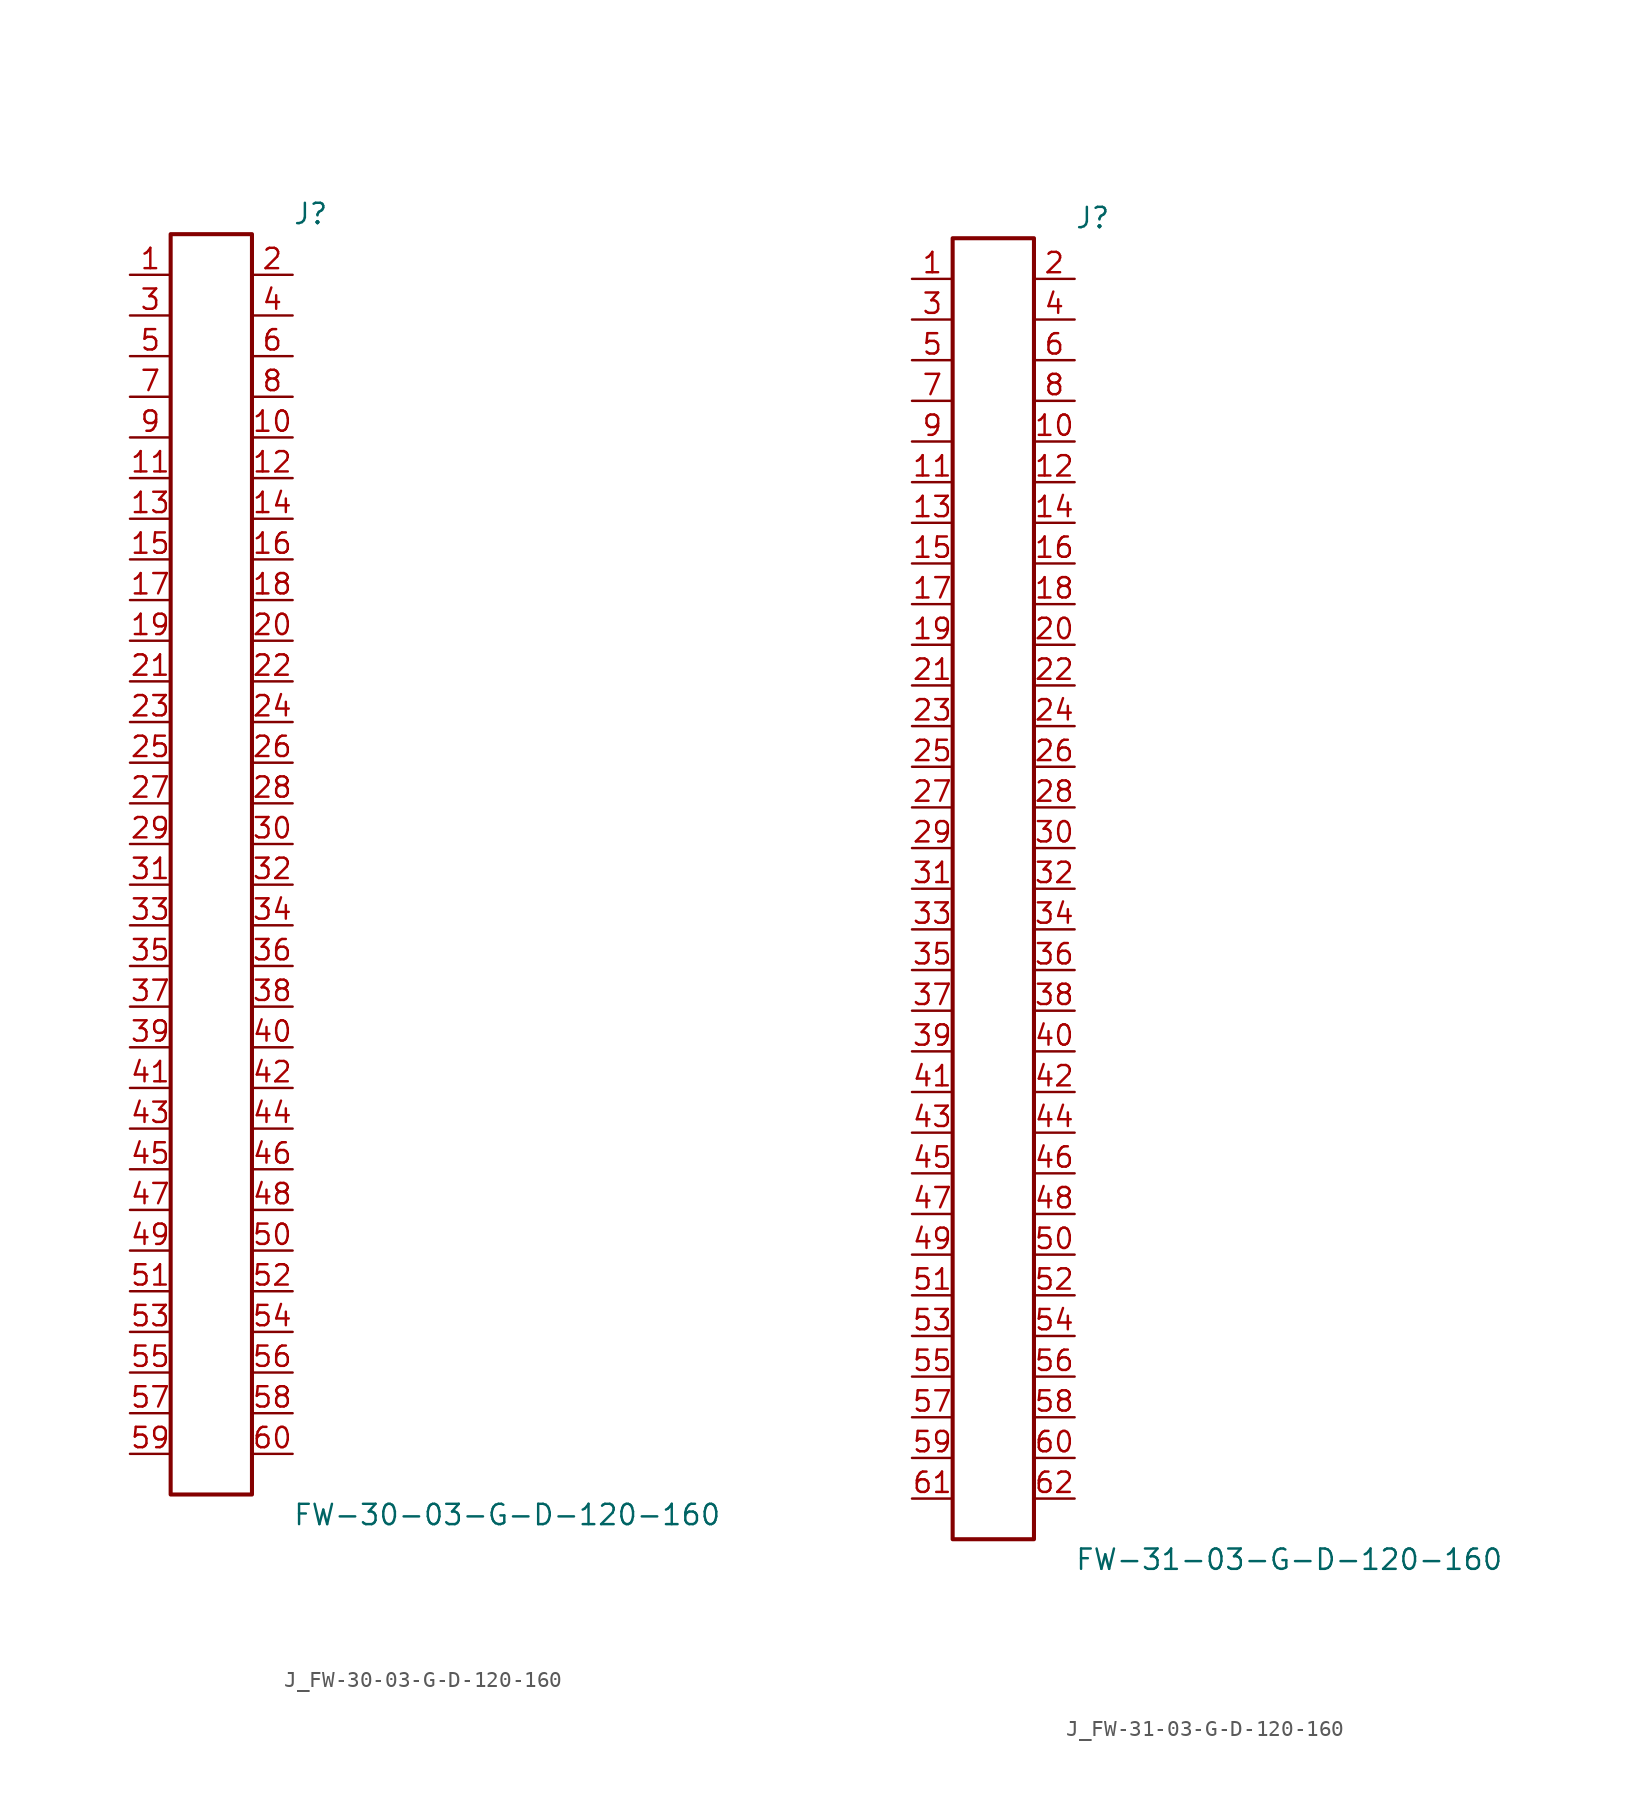
<source format=kicad_sym>
(kicad_symbol_lib
  (version 20231120)
  (generator kicad_symbol_editor)
  (generator_version 8.0)
  (symbol "J_FW-30-03-G-D-120-160"
    (pin_names
      (offset 0.254))
    (property "Reference" "J"
      (at 5.08 40.64 0)
      (effects (font (size 1.27 1.27)) (justify left)))
    (property "Value" "FW-30-03-G-D-120-160"
      (at 5.08 -40.64 0)
      (effects (font (size 1.27 1.27)) (justify left)))
    (symbol "J_FW-30-03-G-D-120-160_0_0"
      (pin passive line (at -5.08 36.83 0) (length 2.54) (name "" (effects (font (size 1.27 1.27)))) (number "1" (effects (font (size 1.27 1.27)))))
      (pin passive line (at 5.08 36.83 180) (length 2.54) (name "" (effects (font (size 1.27 1.27)))) (number "2" (effects (font (size 1.27 1.27)))))
      (pin passive line (at -5.08 34.29 0) (length 2.54) (name "" (effects (font (size 1.27 1.27)))) (number "3" (effects (font (size 1.27 1.27)))))
      (pin passive line (at 5.08 34.29 180) (length 2.54) (name "" (effects (font (size 1.27 1.27)))) (number "4" (effects (font (size 1.27 1.27)))))
      (pin passive line (at -5.08 31.75 0) (length 2.54) (name "" (effects (font (size 1.27 1.27)))) (number "5" (effects (font (size 1.27 1.27)))))
      (pin passive line (at 5.08 31.75 180) (length 2.54) (name "" (effects (font (size 1.27 1.27)))) (number "6" (effects (font (size 1.27 1.27)))))
      (pin passive line (at -5.08 29.21 0) (length 2.54) (name "" (effects (font (size 1.27 1.27)))) (number "7" (effects (font (size 1.27 1.27)))))
      (pin passive line (at 5.08 29.21 180) (length 2.54) (name "" (effects (font (size 1.27 1.27)))) (number "8" (effects (font (size 1.27 1.27)))))
      (pin passive line (at -5.08 26.67 0) (length 2.54) (name "" (effects (font (size 1.27 1.27)))) (number "9" (effects (font (size 1.27 1.27)))))
      (pin passive line (at 5.08 26.67 180) (length 2.54) (name "" (effects (font (size 1.27 1.27)))) (number "10" (effects (font (size 1.27 1.27)))))
      (pin passive line (at -5.08 24.13 0) (length 2.54) (name "" (effects (font (size 1.27 1.27)))) (number "11" (effects (font (size 1.27 1.27)))))
      (pin passive line (at 5.08 24.13 180) (length 2.54) (name "" (effects (font (size 1.27 1.27)))) (number "12" (effects (font (size 1.27 1.27)))))
      (pin passive line (at -5.08 21.59 0) (length 2.54) (name "" (effects (font (size 1.27 1.27)))) (number "13" (effects (font (size 1.27 1.27)))))
      (pin passive line (at 5.08 21.59 180) (length 2.54) (name "" (effects (font (size 1.27 1.27)))) (number "14" (effects (font (size 1.27 1.27)))))
      (pin passive line (at -5.08 19.05 0) (length 2.54) (name "" (effects (font (size 1.27 1.27)))) (number "15" (effects (font (size 1.27 1.27)))))
      (pin passive line (at 5.08 19.05 180) (length 2.54) (name "" (effects (font (size 1.27 1.27)))) (number "16" (effects (font (size 1.27 1.27)))))
      (pin passive line (at -5.08 16.51 0) (length 2.54) (name "" (effects (font (size 1.27 1.27)))) (number "17" (effects (font (size 1.27 1.27)))))
      (pin passive line (at 5.08 16.51 180) (length 2.54) (name "" (effects (font (size 1.27 1.27)))) (number "18" (effects (font (size 1.27 1.27)))))
      (pin passive line (at -5.08 13.97 0) (length 2.54) (name "" (effects (font (size 1.27 1.27)))) (number "19" (effects (font (size 1.27 1.27)))))
      (pin passive line (at 5.08 13.97 180) (length 2.54) (name "" (effects (font (size 1.27 1.27)))) (number "20" (effects (font (size 1.27 1.27)))))
      (pin passive line (at -5.08 11.43 0) (length 2.54) (name "" (effects (font (size 1.27 1.27)))) (number "21" (effects (font (size 1.27 1.27)))))
      (pin passive line (at 5.08 11.43 180) (length 2.54) (name "" (effects (font (size 1.27 1.27)))) (number "22" (effects (font (size 1.27 1.27)))))
      (pin passive line (at -5.08 8.89 0) (length 2.54) (name "" (effects (font (size 1.27 1.27)))) (number "23" (effects (font (size 1.27 1.27)))))
      (pin passive line (at 5.08 8.89 180) (length 2.54) (name "" (effects (font (size 1.27 1.27)))) (number "24" (effects (font (size 1.27 1.27)))))
      (pin passive line (at -5.08 6.35 0) (length 2.54) (name "" (effects (font (size 1.27 1.27)))) (number "25" (effects (font (size 1.27 1.27)))))
      (pin passive line (at 5.08 6.35 180) (length 2.54) (name "" (effects (font (size 1.27 1.27)))) (number "26" (effects (font (size 1.27 1.27)))))
      (pin passive line (at -5.08 3.81 0) (length 2.54) (name "" (effects (font (size 1.27 1.27)))) (number "27" (effects (font (size 1.27 1.27)))))
      (pin passive line (at 5.08 3.81 180) (length 2.54) (name "" (effects (font (size 1.27 1.27)))) (number "28" (effects (font (size 1.27 1.27)))))
      (pin passive line (at -5.08 1.27 0) (length 2.54) (name "" (effects (font (size 1.27 1.27)))) (number "29" (effects (font (size 1.27 1.27)))))
      (pin passive line (at 5.08 1.27 180) (length 2.54) (name "" (effects (font (size 1.27 1.27)))) (number "30" (effects (font (size 1.27 1.27)))))
      (pin passive line (at -5.08 -1.27 0) (length 2.54) (name "" (effects (font (size 1.27 1.27)))) (number "31" (effects (font (size 1.27 1.27)))))
      (pin passive line (at 5.08 -1.27 180) (length 2.54) (name "" (effects (font (size 1.27 1.27)))) (number "32" (effects (font (size 1.27 1.27)))))
      (pin passive line (at -5.08 -3.81 0) (length 2.54) (name "" (effects (font (size 1.27 1.27)))) (number "33" (effects (font (size 1.27 1.27)))))
      (pin passive line (at 5.08 -3.81 180) (length 2.54) (name "" (effects (font (size 1.27 1.27)))) (number "34" (effects (font (size 1.27 1.27)))))
      (pin passive line (at -5.08 -6.35 0) (length 2.54) (name "" (effects (font (size 1.27 1.27)))) (number "35" (effects (font (size 1.27 1.27)))))
      (pin passive line (at 5.08 -6.35 180) (length 2.54) (name "" (effects (font (size 1.27 1.27)))) (number "36" (effects (font (size 1.27 1.27)))))
      (pin passive line (at -5.08 -8.89 0) (length 2.54) (name "" (effects (font (size 1.27 1.27)))) (number "37" (effects (font (size 1.27 1.27)))))
      (pin passive line (at 5.08 -8.89 180) (length 2.54) (name "" (effects (font (size 1.27 1.27)))) (number "38" (effects (font (size 1.27 1.27)))))
      (pin passive line (at -5.08 -11.43 0) (length 2.54) (name "" (effects (font (size 1.27 1.27)))) (number "39" (effects (font (size 1.27 1.27)))))
      (pin passive line (at 5.08 -11.43 180) (length 2.54) (name "" (effects (font (size 1.27 1.27)))) (number "40" (effects (font (size 1.27 1.27)))))
      (pin passive line (at -5.08 -13.97 0) (length 2.54) (name "" (effects (font (size 1.27 1.27)))) (number "41" (effects (font (size 1.27 1.27)))))
      (pin passive line (at 5.08 -13.97 180) (length 2.54) (name "" (effects (font (size 1.27 1.27)))) (number "42" (effects (font (size 1.27 1.27)))))
      (pin passive line (at -5.08 -16.51 0) (length 2.54) (name "" (effects (font (size 1.27 1.27)))) (number "43" (effects (font (size 1.27 1.27)))))
      (pin passive line (at 5.08 -16.51 180) (length 2.54) (name "" (effects (font (size 1.27 1.27)))) (number "44" (effects (font (size 1.27 1.27)))))
      (pin passive line (at -5.08 -19.05 0) (length 2.54) (name "" (effects (font (size 1.27 1.27)))) (number "45" (effects (font (size 1.27 1.27)))))
      (pin passive line (at 5.08 -19.05 180) (length 2.54) (name "" (effects (font (size 1.27 1.27)))) (number "46" (effects (font (size 1.27 1.27)))))
      (pin passive line (at -5.08 -21.59 0) (length 2.54) (name "" (effects (font (size 1.27 1.27)))) (number "47" (effects (font (size 1.27 1.27)))))
      (pin passive line (at 5.08 -21.59 180) (length 2.54) (name "" (effects (font (size 1.27 1.27)))) (number "48" (effects (font (size 1.27 1.27)))))
      (pin passive line (at -5.08 -24.13 0) (length 2.54) (name "" (effects (font (size 1.27 1.27)))) (number "49" (effects (font (size 1.27 1.27)))))
      (pin passive line (at 5.08 -24.13 180) (length 2.54) (name "" (effects (font (size 1.27 1.27)))) (number "50" (effects (font (size 1.27 1.27)))))
      (pin passive line (at -5.08 -26.67 0) (length 2.54) (name "" (effects (font (size 1.27 1.27)))) (number "51" (effects (font (size 1.27 1.27)))))
      (pin passive line (at 5.08 -26.67 180) (length 2.54) (name "" (effects (font (size 1.27 1.27)))) (number "52" (effects (font (size 1.27 1.27)))))
      (pin passive line (at -5.08 -29.21 0) (length 2.54) (name "" (effects (font (size 1.27 1.27)))) (number "53" (effects (font (size 1.27 1.27)))))
      (pin passive line (at 5.08 -29.21 180) (length 2.54) (name "" (effects (font (size 1.27 1.27)))) (number "54" (effects (font (size 1.27 1.27)))))
      (pin passive line (at -5.08 -31.75 0) (length 2.54) (name "" (effects (font (size 1.27 1.27)))) (number "55" (effects (font (size 1.27 1.27)))))
      (pin passive line (at 5.08 -31.75 180) (length 2.54) (name "" (effects (font (size 1.27 1.27)))) (number "56" (effects (font (size 1.27 1.27)))))
      (pin passive line (at -5.08 -34.29 0) (length 2.54) (name "" (effects (font (size 1.27 1.27)))) (number "57" (effects (font (size 1.27 1.27)))))
      (pin passive line (at 5.08 -34.29 180) (length 2.54) (name "" (effects (font (size 1.27 1.27)))) (number "58" (effects (font (size 1.27 1.27)))))
      (pin passive line (at -5.08 -36.83 0) (length 2.54) (name "" (effects (font (size 1.27 1.27)))) (number "59" (effects (font (size 1.27 1.27)))))
      (pin passive line (at 5.08 -36.83 180) (length 2.54) (name "" (effects (font (size 1.27 1.27)))) (number "60" (effects (font (size 1.27 1.27))))))
    (symbol "J_FW-30-03-G-D-120-160_1_0"
      (rectangle (start -2.54 39.37) (end 2.54 -39.37) (stroke (width 0.254) (type solid)) (fill (type none)))))
  (symbol "J_FW-31-03-G-D-120-160"
    (pin_names
      (offset 0.254))
    (property "Reference" "J"
      (at 5.08 41.91 0)
      (effects (font (size 1.27 1.27)) (justify left)))
    (property "Value" "FW-31-03-G-D-120-160"
      (at 5.08 -41.91 0)
      (effects (font (size 1.27 1.27)) (justify left)))
    (symbol "J_FW-31-03-G-D-120-160_0_0"
      (pin passive line (at -5.08 38.1 0) (length 2.54) (name "" (effects (font (size 1.27 1.27)))) (number "1" (effects (font (size 1.27 1.27)))))
      (pin passive line (at 5.08 38.1 180) (length 2.54) (name "" (effects (font (size 1.27 1.27)))) (number "2" (effects (font (size 1.27 1.27)))))
      (pin passive line (at -5.08 35.56 0) (length 2.54) (name "" (effects (font (size 1.27 1.27)))) (number "3" (effects (font (size 1.27 1.27)))))
      (pin passive line (at 5.08 35.56 180) (length 2.54) (name "" (effects (font (size 1.27 1.27)))) (number "4" (effects (font (size 1.27 1.27)))))
      (pin passive line (at -5.08 33.02 0) (length 2.54) (name "" (effects (font (size 1.27 1.27)))) (number "5" (effects (font (size 1.27 1.27)))))
      (pin passive line (at 5.08 33.02 180) (length 2.54) (name "" (effects (font (size 1.27 1.27)))) (number "6" (effects (font (size 1.27 1.27)))))
      (pin passive line (at -5.08 30.48 0) (length 2.54) (name "" (effects (font (size 1.27 1.27)))) (number "7" (effects (font (size 1.27 1.27)))))
      (pin passive line (at 5.08 30.48 180) (length 2.54) (name "" (effects (font (size 1.27 1.27)))) (number "8" (effects (font (size 1.27 1.27)))))
      (pin passive line (at -5.08 27.94 0) (length 2.54) (name "" (effects (font (size 1.27 1.27)))) (number "9" (effects (font (size 1.27 1.27)))))
      (pin passive line (at 5.08 27.94 180) (length 2.54) (name "" (effects (font (size 1.27 1.27)))) (number "10" (effects (font (size 1.27 1.27)))))
      (pin passive line (at -5.08 25.4 0) (length 2.54) (name "" (effects (font (size 1.27 1.27)))) (number "11" (effects (font (size 1.27 1.27)))))
      (pin passive line (at 5.08 25.4 180) (length 2.54) (name "" (effects (font (size 1.27 1.27)))) (number "12" (effects (font (size 1.27 1.27)))))
      (pin passive line (at -5.08 22.86 0) (length 2.54) (name "" (effects (font (size 1.27 1.27)))) (number "13" (effects (font (size 1.27 1.27)))))
      (pin passive line (at 5.08 22.86 180) (length 2.54) (name "" (effects (font (size 1.27 1.27)))) (number "14" (effects (font (size 1.27 1.27)))))
      (pin passive line (at -5.08 20.32 0) (length 2.54) (name "" (effects (font (size 1.27 1.27)))) (number "15" (effects (font (size 1.27 1.27)))))
      (pin passive line (at 5.08 20.32 180) (length 2.54) (name "" (effects (font (size 1.27 1.27)))) (number "16" (effects (font (size 1.27 1.27)))))
      (pin passive line (at -5.08 17.78 0) (length 2.54) (name "" (effects (font (size 1.27 1.27)))) (number "17" (effects (font (size 1.27 1.27)))))
      (pin passive line (at 5.08 17.78 180) (length 2.54) (name "" (effects (font (size 1.27 1.27)))) (number "18" (effects (font (size 1.27 1.27)))))
      (pin passive line (at -5.08 15.24 0) (length 2.54) (name "" (effects (font (size 1.27 1.27)))) (number "19" (effects (font (size 1.27 1.27)))))
      (pin passive line (at 5.08 15.24 180) (length 2.54) (name "" (effects (font (size 1.27 1.27)))) (number "20" (effects (font (size 1.27 1.27)))))
      (pin passive line (at -5.08 12.7 0) (length 2.54) (name "" (effects (font (size 1.27 1.27)))) (number "21" (effects (font (size 1.27 1.27)))))
      (pin passive line (at 5.08 12.7 180) (length 2.54) (name "" (effects (font (size 1.27 1.27)))) (number "22" (effects (font (size 1.27 1.27)))))
      (pin passive line (at -5.08 10.16 0) (length 2.54) (name "" (effects (font (size 1.27 1.27)))) (number "23" (effects (font (size 1.27 1.27)))))
      (pin passive line (at 5.08 10.16 180) (length 2.54) (name "" (effects (font (size 1.27 1.27)))) (number "24" (effects (font (size 1.27 1.27)))))
      (pin passive line (at -5.08 7.62 0) (length 2.54) (name "" (effects (font (size 1.27 1.27)))) (number "25" (effects (font (size 1.27 1.27)))))
      (pin passive line (at 5.08 7.62 180) (length 2.54) (name "" (effects (font (size 1.27 1.27)))) (number "26" (effects (font (size 1.27 1.27)))))
      (pin passive line (at -5.08 5.08 0) (length 2.54) (name "" (effects (font (size 1.27 1.27)))) (number "27" (effects (font (size 1.27 1.27)))))
      (pin passive line (at 5.08 5.08 180) (length 2.54) (name "" (effects (font (size 1.27 1.27)))) (number "28" (effects (font (size 1.27 1.27)))))
      (pin passive line (at -5.08 2.54 0) (length 2.54) (name "" (effects (font (size 1.27 1.27)))) (number "29" (effects (font (size 1.27 1.27)))))
      (pin passive line (at 5.08 2.54 180) (length 2.54) (name "" (effects (font (size 1.27 1.27)))) (number "30" (effects (font (size 1.27 1.27)))))
      (pin passive line (at -5.08 0.0 0) (length 2.54) (name "" (effects (font (size 1.27 1.27)))) (number "31" (effects (font (size 1.27 1.27)))))
      (pin passive line (at 5.08 0.0 180) (length 2.54) (name "" (effects (font (size 1.27 1.27)))) (number "32" (effects (font (size 1.27 1.27)))))
      (pin passive line (at -5.08 -2.54 0) (length 2.54) (name "" (effects (font (size 1.27 1.27)))) (number "33" (effects (font (size 1.27 1.27)))))
      (pin passive line (at 5.08 -2.54 180) (length 2.54) (name "" (effects (font (size 1.27 1.27)))) (number "34" (effects (font (size 1.27 1.27)))))
      (pin passive line (at -5.08 -5.08 0) (length 2.54) (name "" (effects (font (size 1.27 1.27)))) (number "35" (effects (font (size 1.27 1.27)))))
      (pin passive line (at 5.08 -5.08 180) (length 2.54) (name "" (effects (font (size 1.27 1.27)))) (number "36" (effects (font (size 1.27 1.27)))))
      (pin passive line (at -5.08 -7.62 0) (length 2.54) (name "" (effects (font (size 1.27 1.27)))) (number "37" (effects (font (size 1.27 1.27)))))
      (pin passive line (at 5.08 -7.62 180) (length 2.54) (name "" (effects (font (size 1.27 1.27)))) (number "38" (effects (font (size 1.27 1.27)))))
      (pin passive line (at -5.08 -10.16 0) (length 2.54) (name "" (effects (font (size 1.27 1.27)))) (number "39" (effects (font (size 1.27 1.27)))))
      (pin passive line (at 5.08 -10.16 180) (length 2.54) (name "" (effects (font (size 1.27 1.27)))) (number "40" (effects (font (size 1.27 1.27)))))
      (pin passive line (at -5.08 -12.7 0) (length 2.54) (name "" (effects (font (size 1.27 1.27)))) (number "41" (effects (font (size 1.27 1.27)))))
      (pin passive line (at 5.08 -12.7 180) (length 2.54) (name "" (effects (font (size 1.27 1.27)))) (number "42" (effects (font (size 1.27 1.27)))))
      (pin passive line (at -5.08 -15.24 0) (length 2.54) (name "" (effects (font (size 1.27 1.27)))) (number "43" (effects (font (size 1.27 1.27)))))
      (pin passive line (at 5.08 -15.24 180) (length 2.54) (name "" (effects (font (size 1.27 1.27)))) (number "44" (effects (font (size 1.27 1.27)))))
      (pin passive line (at -5.08 -17.78 0) (length 2.54) (name "" (effects (font (size 1.27 1.27)))) (number "45" (effects (font (size 1.27 1.27)))))
      (pin passive line (at 5.08 -17.78 180) (length 2.54) (name "" (effects (font (size 1.27 1.27)))) (number "46" (effects (font (size 1.27 1.27)))))
      (pin passive line (at -5.08 -20.32 0) (length 2.54) (name "" (effects (font (size 1.27 1.27)))) (number "47" (effects (font (size 1.27 1.27)))))
      (pin passive line (at 5.08 -20.32 180) (length 2.54) (name "" (effects (font (size 1.27 1.27)))) (number "48" (effects (font (size 1.27 1.27)))))
      (pin passive line (at -5.08 -22.86 0) (length 2.54) (name "" (effects (font (size 1.27 1.27)))) (number "49" (effects (font (size 1.27 1.27)))))
      (pin passive line (at 5.08 -22.86 180) (length 2.54) (name "" (effects (font (size 1.27 1.27)))) (number "50" (effects (font (size 1.27 1.27)))))
      (pin passive line (at -5.08 -25.4 0) (length 2.54) (name "" (effects (font (size 1.27 1.27)))) (number "51" (effects (font (size 1.27 1.27)))))
      (pin passive line (at 5.08 -25.4 180) (length 2.54) (name "" (effects (font (size 1.27 1.27)))) (number "52" (effects (font (size 1.27 1.27)))))
      (pin passive line (at -5.08 -27.94 0) (length 2.54) (name "" (effects (font (size 1.27 1.27)))) (number "53" (effects (font (size 1.27 1.27)))))
      (pin passive line (at 5.08 -27.94 180) (length 2.54) (name "" (effects (font (size 1.27 1.27)))) (number "54" (effects (font (size 1.27 1.27)))))
      (pin passive line (at -5.08 -30.48 0) (length 2.54) (name "" (effects (font (size 1.27 1.27)))) (number "55" (effects (font (size 1.27 1.27)))))
      (pin passive line (at 5.08 -30.48 180) (length 2.54) (name "" (effects (font (size 1.27 1.27)))) (number "56" (effects (font (size 1.27 1.27)))))
      (pin passive line (at -5.08 -33.02 0) (length 2.54) (name "" (effects (font (size 1.27 1.27)))) (number "57" (effects (font (size 1.27 1.27)))))
      (pin passive line (at 5.08 -33.02 180) (length 2.54) (name "" (effects (font (size 1.27 1.27)))) (number "58" (effects (font (size 1.27 1.27)))))
      (pin passive line (at -5.08 -35.56 0) (length 2.54) (name "" (effects (font (size 1.27 1.27)))) (number "59" (effects (font (size 1.27 1.27)))))
      (pin passive line (at 5.08 -35.56 180) (length 2.54) (name "" (effects (font (size 1.27 1.27)))) (number "60" (effects (font (size 1.27 1.27)))))
      (pin passive line (at -5.08 -38.1 0) (length 2.54) (name "" (effects (font (size 1.27 1.27)))) (number "61" (effects (font (size 1.27 1.27)))))
      (pin passive line (at 5.08 -38.1 180) (length 2.54) (name "" (effects (font (size 1.27 1.27)))) (number "62" (effects (font (size 1.27 1.27))))))
    (symbol "J_FW-31-03-G-D-120-160_1_0"
      (rectangle (start -2.54 40.64) (end 2.54 -40.64) (stroke (width 0.254) (type solid)) (fill (type none))))))
</source>
